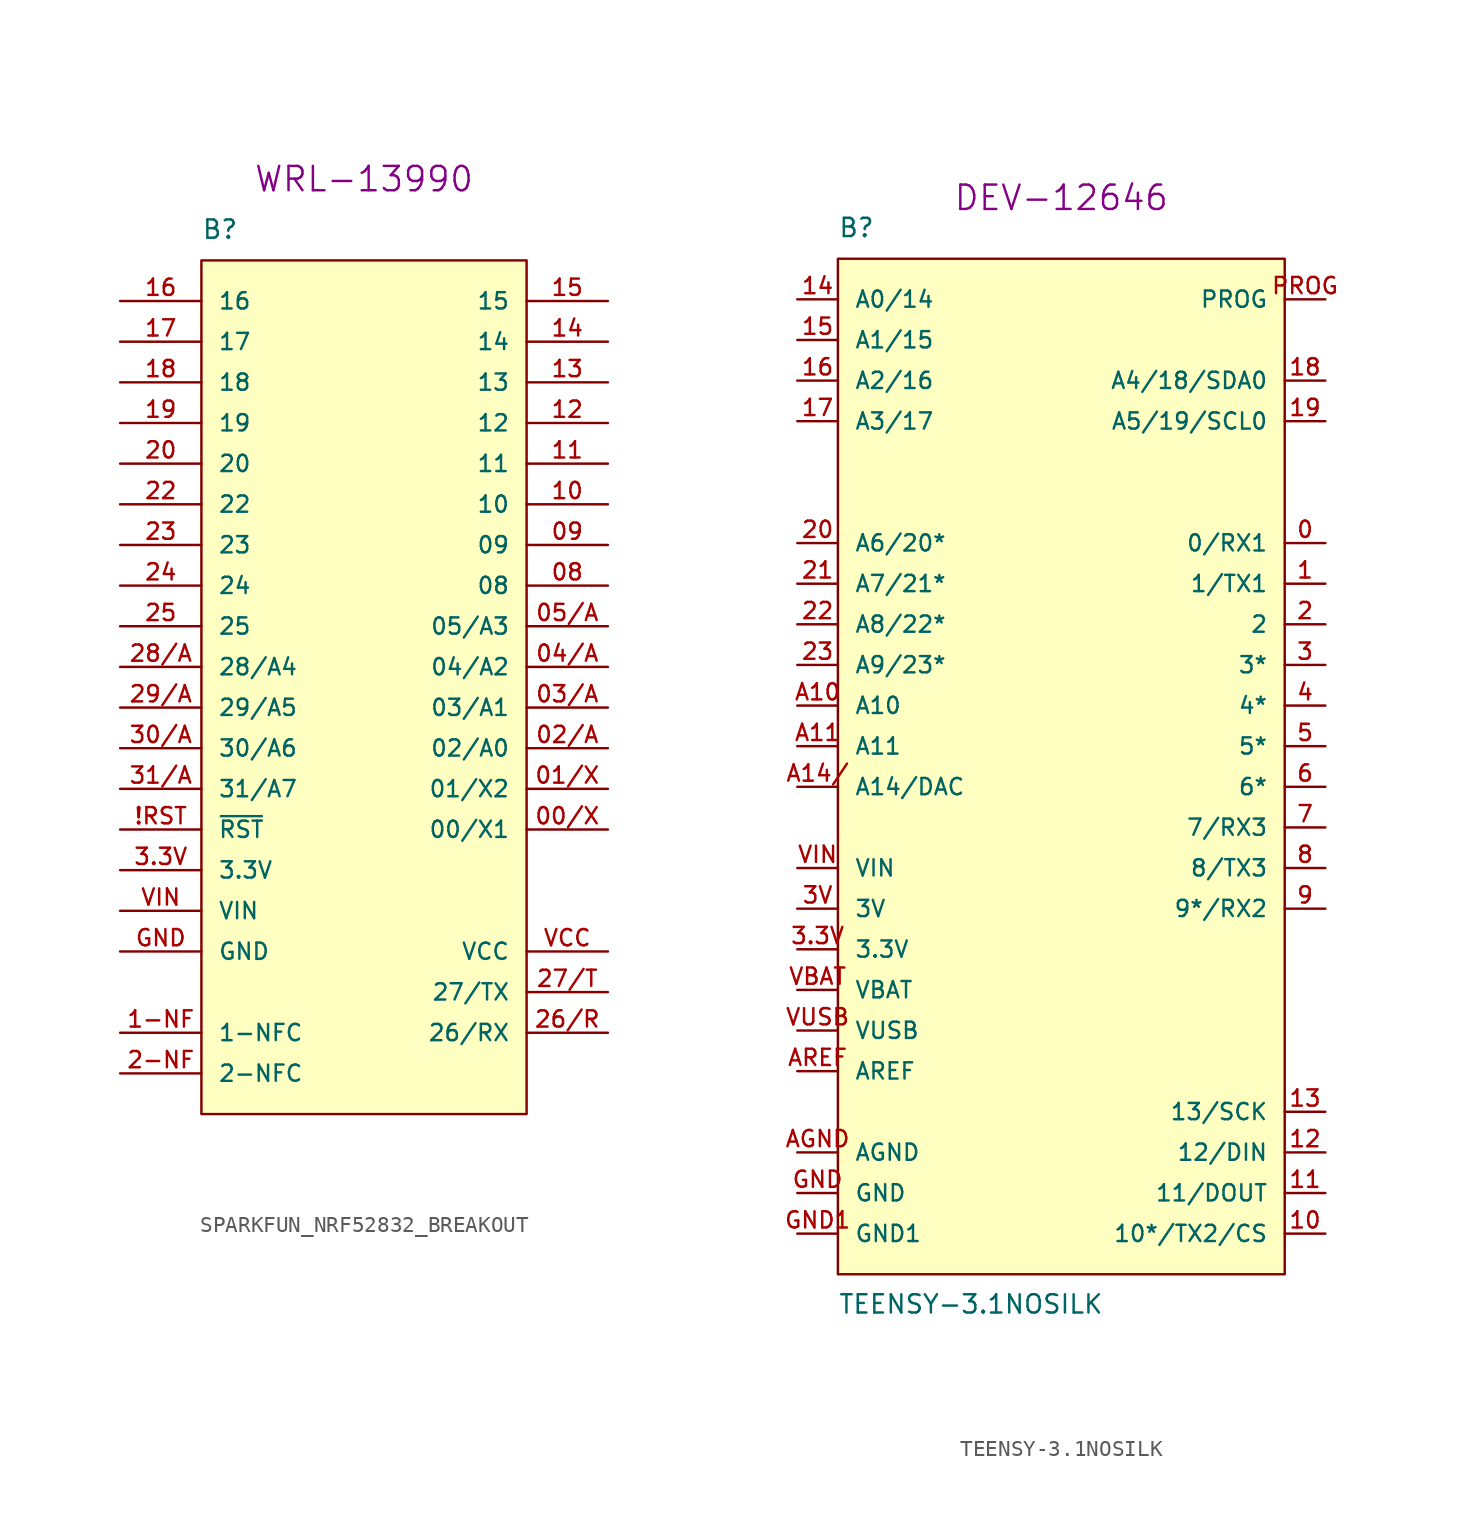
<source format=kicad_sym>
(kicad_symbol_lib
  (version 20211014)
  (generator kicad_symbol_editor)
  (symbol "SPARKFUN_NRF52832_BREAKOUT"
    (pin_names
      (offset 1.016))
    (property "Reference" "B"
      (at -10.16 29.21 0)
      (effects (font (size 1.143 1.143)) (justify left bottom)))
    (property "Field4" "WRL-13990"
      (at 0 33.02 0)
      (effects (font (size 1.524 1.524))))
    (property "ki_locked" ""
      (at 0 0 0)
      (effects (font (size 1.27 1.27))))
    (symbol "SPARKFUN_NRF52832_BREAKOUT_1_1"
      (polyline (pts (xy -10.16 27.94) (xy -10.16 -25.4) (xy 10.16 -25.4) (xy 10.16 27.94) (xy -10.16 27.94)) (stroke (width 0) (type default) (color 0 0 0 0)) (fill (type background)))
      (pin bidirectional line (at -15.24 -7.62 0) (length 5.08) (name "~{RST}" (effects (font (size 1.016 1.016)))) (number "!RST" (effects (font (size 1.016 1.016)))))
      (pin bidirectional line (at 15.24 -7.62 180) (length 5.08) (name "00/X1" (effects (font (size 1.016 1.016)))) (number "00/X" (effects (font (size 1.016 1.016)))))
      (pin bidirectional line (at 15.24 -5.08 180) (length 5.08) (name "01/X2" (effects (font (size 1.016 1.016)))) (number "01/X" (effects (font (size 1.016 1.016)))))
      (pin bidirectional line (at 15.24 -2.54 180) (length 5.08) (name "02/A0" (effects (font (size 1.016 1.016)))) (number "02/A" (effects (font (size 1.016 1.016)))))
      (pin bidirectional line (at 15.24 0 180) (length 5.08) (name "03/A1" (effects (font (size 1.016 1.016)))) (number "03/A" (effects (font (size 1.016 1.016)))))
      (pin bidirectional line (at 15.24 2.54 180) (length 5.08) (name "04/A2" (effects (font (size 1.016 1.016)))) (number "04/A" (effects (font (size 1.016 1.016)))))
      (pin bidirectional line (at 15.24 5.08 180) (length 5.08) (name "05/A3" (effects (font (size 1.016 1.016)))) (number "05/A" (effects (font (size 1.016 1.016)))))
      (pin bidirectional line (at 15.24 7.62 180) (length 5.08) (name "08" (effects (font (size 1.016 1.016)))) (number "08" (effects (font (size 1.016 1.016)))))
      (pin bidirectional line (at 15.24 10.16 180) (length 5.08) (name "09" (effects (font (size 1.016 1.016)))) (number "09" (effects (font (size 1.016 1.016)))))
      (pin bidirectional line (at -15.24 -20.32 0) (length 5.08) (name "1-NFC" (effects (font (size 1.016 1.016)))) (number "1-NF" (effects (font (size 1.016 1.016)))))
      (pin bidirectional line (at 15.24 12.7 180) (length 5.08) (name "10" (effects (font (size 1.016 1.016)))) (number "10" (effects (font (size 1.016 1.016)))))
      (pin bidirectional line (at 15.24 15.24 180) (length 5.08) (name "11" (effects (font (size 1.016 1.016)))) (number "11" (effects (font (size 1.016 1.016)))))
      (pin bidirectional line (at 15.24 17.78 180) (length 5.08) (name "12" (effects (font (size 1.016 1.016)))) (number "12" (effects (font (size 1.016 1.016)))))
      (pin bidirectional line (at 15.24 20.32 180) (length 5.08) (name "13" (effects (font (size 1.016 1.016)))) (number "13" (effects (font (size 1.016 1.016)))))
      (pin bidirectional line (at 15.24 22.86 180) (length 5.08) (name "14" (effects (font (size 1.016 1.016)))) (number "14" (effects (font (size 1.016 1.016)))))
      (pin bidirectional line (at 15.24 25.4 180) (length 5.08) (name "15" (effects (font (size 1.016 1.016)))) (number "15" (effects (font (size 1.016 1.016)))))
      (pin bidirectional line (at -15.24 25.4 0) (length 5.08) (name "16" (effects (font (size 1.016 1.016)))) (number "16" (effects (font (size 1.016 1.016)))))
      (pin bidirectional line (at -15.24 22.86 0) (length 5.08) (name "17" (effects (font (size 1.016 1.016)))) (number "17" (effects (font (size 1.016 1.016)))))
      (pin bidirectional line (at -15.24 20.32 0) (length 5.08) (name "18" (effects (font (size 1.016 1.016)))) (number "18" (effects (font (size 1.016 1.016)))))
      (pin bidirectional line (at -15.24 17.78 0) (length 5.08) (name "19" (effects (font (size 1.016 1.016)))) (number "19" (effects (font (size 1.016 1.016)))))
      (pin bidirectional line (at -15.24 -22.86 0) (length 5.08) (name "2-NFC" (effects (font (size 1.016 1.016)))) (number "2-NF" (effects (font (size 1.016 1.016)))))
      (pin bidirectional line (at -15.24 15.24 0) (length 5.08) (name "20" (effects (font (size 1.016 1.016)))) (number "20" (effects (font (size 1.016 1.016)))))
      (pin bidirectional line (at -15.24 12.7 0) (length 5.08) (name "22" (effects (font (size 1.016 1.016)))) (number "22" (effects (font (size 1.016 1.016)))))
      (pin bidirectional line (at -15.24 10.16 0) (length 5.08) (name "23" (effects (font (size 1.016 1.016)))) (number "23" (effects (font (size 1.016 1.016)))))
      (pin bidirectional line (at -15.24 7.62 0) (length 5.08) (name "24" (effects (font (size 1.016 1.016)))) (number "24" (effects (font (size 1.016 1.016)))))
      (pin bidirectional line (at -15.24 5.08 0) (length 5.08) (name "25" (effects (font (size 1.016 1.016)))) (number "25" (effects (font (size 1.016 1.016)))))
      (pin bidirectional line (at 15.24 -20.32 180) (length 5.08) (name "26/RX" (effects (font (size 1.016 1.016)))) (number "26/R" (effects (font (size 1.016 1.016)))))
      (pin bidirectional line (at 15.24 -17.78 180) (length 5.08) (name "27/TX" (effects (font (size 1.016 1.016)))) (number "27/T" (effects (font (size 1.016 1.016)))))
      (pin bidirectional line (at -15.24 2.54 0) (length 5.08) (name "28/A4" (effects (font (size 1.016 1.016)))) (number "28/A" (effects (font (size 1.016 1.016)))))
      (pin bidirectional line (at -15.24 0 0) (length 5.08) (name "29/A5" (effects (font (size 1.016 1.016)))) (number "29/A" (effects (font (size 1.016 1.016)))))
      (pin bidirectional line (at -15.24 -10.16 0) (length 5.08) (name "3.3V" (effects (font (size 1.016 1.016)))) (number "3.3V" (effects (font (size 1.016 1.016)))))
      (pin bidirectional line (at -15.24 -10.16 0) (length 5.08) hide (name "3.3V" (effects (font (size 1.016 1.016)))) (number "3.3V" (effects (font (size 1.016 1.016)))))
      (pin bidirectional line (at -15.24 -2.54 0) (length 5.08) (name "30/A6" (effects (font (size 1.016 1.016)))) (number "30/A" (effects (font (size 1.016 1.016)))))
      (pin bidirectional line (at -15.24 -5.08 0) (length 5.08) (name "31/A7" (effects (font (size 1.016 1.016)))) (number "31/A" (effects (font (size 1.016 1.016)))))
      (pin bidirectional line (at -15.24 -15.24 0) (length 5.08) (name "GND" (effects (font (size 1.016 1.016)))) (number "GND" (effects (font (size 1.016 1.016)))))
      (pin bidirectional line (at -15.24 -15.24 0) (length 5.08) hide (name "GND" (effects (font (size 1.016 1.016)))) (number "GND1" (effects (font (size 1.016 1.016)))))
      (pin bidirectional line (at -15.24 -15.24 0) (length 5.08) hide (name "GND" (effects (font (size 1.016 1.016)))) (number "GND2" (effects (font (size 1.016 1.016)))))
      (pin bidirectional line (at 15.24 -15.24 180) (length 5.08) (name "VCC" (effects (font (size 1.016 1.016)))) (number "VCC" (effects (font (size 1.016 1.016)))))
      (pin bidirectional line (at -15.24 -12.7 0) (length 5.08) (name "VIN" (effects (font (size 1.016 1.016)))) (number "VIN" (effects (font (size 1.016 1.016)))))
      (pin bidirectional line (at -15.24 -12.7 0) (length 5.08) hide (name "VIN" (effects (font (size 1.016 1.016)))) (number "VIN1" (effects (font (size 1.016 1.016)))))))
  (symbol "TEENSY-3.1NOSILK"
    (pin_names
      (offset 1.016))
    (property "Reference" "B"
      (at -13.97 31.75 0)
      (effects (font (size 1.143 1.143)) (justify left bottom)))
    (property "Value" "TEENSY-3.1NOSILK"
      (at -13.97 -35.56 0)
      (effects (font (size 1.143 1.143)) (justify left bottom)))
    (property "Field4" "DEV-12646"
      (at 0 34.29 0)
      (effects (font (size 1.524 1.524))))
    (property "ki_locked" ""
      (at 0 0 0)
      (effects (font (size 1.27 1.27))))
    (symbol "TEENSY-3.1NOSILK_1_1"
      (polyline (pts (xy -13.97 -33.02) (xy -13.97 30.48) (xy 13.97 30.48) (xy 13.97 -33.02) (xy -13.97 -33.02)) (stroke (width 0) (type default) (color 0 0 0 0)) (fill (type background)))
      (pin bidirectional line (at 16.51 12.7 180) (length 2.54) (name "0/RX1" (effects (font (size 1.016 1.016)))) (number "0" (effects (font (size 1.016 1.016)))))
      (pin bidirectional line (at 16.51 10.16 180) (length 2.54) (name "1/TX1" (effects (font (size 1.016 1.016)))) (number "1" (effects (font (size 1.016 1.016)))))
      (pin bidirectional line (at 16.51 -30.48 180) (length 2.54) (name "10*/TX2/CS" (effects (font (size 1.016 1.016)))) (number "10" (effects (font (size 1.016 1.016)))))
      (pin bidirectional line (at 16.51 -27.94 180) (length 2.54) (name "11/DOUT" (effects (font (size 1.016 1.016)))) (number "11" (effects (font (size 1.016 1.016)))))
      (pin bidirectional line (at 16.51 -25.4 180) (length 2.54) (name "12/DIN" (effects (font (size 1.016 1.016)))) (number "12" (effects (font (size 1.016 1.016)))))
      (pin bidirectional line (at 16.51 -22.86 180) (length 2.54) (name "13/SCK" (effects (font (size 1.016 1.016)))) (number "13" (effects (font (size 1.016 1.016)))))
      (pin bidirectional line (at -16.51 27.94 0) (length 2.54) (name "A0/14" (effects (font (size 1.016 1.016)))) (number "14" (effects (font (size 1.016 1.016)))))
      (pin bidirectional line (at -16.51 25.4 0) (length 2.54) (name "A1/15" (effects (font (size 1.016 1.016)))) (number "15" (effects (font (size 1.016 1.016)))))
      (pin bidirectional line (at -16.51 22.86 0) (length 2.54) (name "A2/16" (effects (font (size 1.016 1.016)))) (number "16" (effects (font (size 1.016 1.016)))))
      (pin bidirectional line (at -16.51 20.32 0) (length 2.54) (name "A3/17" (effects (font (size 1.016 1.016)))) (number "17" (effects (font (size 1.016 1.016)))))
      (pin bidirectional line (at 16.51 22.86 180) (length 2.54) (name "A4/18/SDA0" (effects (font (size 1.016 1.016)))) (number "18" (effects (font (size 1.016 1.016)))))
      (pin bidirectional line (at 16.51 20.32 180) (length 2.54) (name "A5/19/SCL0" (effects (font (size 1.016 1.016)))) (number "19" (effects (font (size 1.016 1.016)))))
      (pin bidirectional line (at 16.51 7.62 180) (length 2.54) (name "2" (effects (font (size 1.016 1.016)))) (number "2" (effects (font (size 1.016 1.016)))))
      (pin bidirectional line (at -16.51 12.7 0) (length 2.54) (name "A6/20*" (effects (font (size 1.016 1.016)))) (number "20" (effects (font (size 1.016 1.016)))))
      (pin bidirectional line (at -16.51 10.16 0) (length 2.54) (name "A7/21*" (effects (font (size 1.016 1.016)))) (number "21" (effects (font (size 1.016 1.016)))))
      (pin bidirectional line (at -16.51 7.62 0) (length 2.54) (name "A8/22*" (effects (font (size 1.016 1.016)))) (number "22" (effects (font (size 1.016 1.016)))))
      (pin bidirectional line (at -16.51 5.08 0) (length 2.54) (name "A9/23*" (effects (font (size 1.016 1.016)))) (number "23" (effects (font (size 1.016 1.016)))))
      (pin bidirectional line (at 16.51 5.08 180) (length 2.54) (name "3*" (effects (font (size 1.016 1.016)))) (number "3" (effects (font (size 1.016 1.016)))))
      (pin power_in line (at -16.51 -12.7 0) (length 2.54) (name "3.3V" (effects (font (size 1.016 1.016)))) (number "3.3V" (effects (font (size 1.016 1.016)))))
      (pin power_in line (at -16.51 -10.16 0) (length 2.54) (name "3V" (effects (font (size 1.016 1.016)))) (number "3V" (effects (font (size 1.016 1.016)))))
      (pin bidirectional line (at 16.51 2.54 180) (length 2.54) (name "4*" (effects (font (size 1.016 1.016)))) (number "4" (effects (font (size 1.016 1.016)))))
      (pin bidirectional line (at 16.51 0 180) (length 2.54) (name "5*" (effects (font (size 1.016 1.016)))) (number "5" (effects (font (size 1.016 1.016)))))
      (pin bidirectional line (at 16.51 -2.54 180) (length 2.54) (name "6*" (effects (font (size 1.016 1.016)))) (number "6" (effects (font (size 1.016 1.016)))))
      (pin bidirectional line (at 16.51 -5.08 180) (length 2.54) (name "7/RX3" (effects (font (size 1.016 1.016)))) (number "7" (effects (font (size 1.016 1.016)))))
      (pin bidirectional line (at 16.51 -7.62 180) (length 2.54) (name "8/TX3" (effects (font (size 1.016 1.016)))) (number "8" (effects (font (size 1.016 1.016)))))
      (pin bidirectional line (at 16.51 -10.16 180) (length 2.54) (name "9*/RX2" (effects (font (size 1.016 1.016)))) (number "9" (effects (font (size 1.016 1.016)))))
      (pin bidirectional line (at -16.51 2.54 0) (length 2.54) (name "A10" (effects (font (size 1.016 1.016)))) (number "A10" (effects (font (size 1.016 1.016)))))
      (pin bidirectional line (at -16.51 0 0) (length 2.54) (name "A11" (effects (font (size 1.016 1.016)))) (number "A11" (effects (font (size 1.016 1.016)))))
      (pin bidirectional line (at -16.51 -2.54 0) (length 2.54) (name "A14/DAC" (effects (font (size 1.016 1.016)))) (number "A14/" (effects (font (size 1.016 1.016)))))
      (pin power_in line (at -16.51 -25.4 0) (length 2.54) (name "AGND" (effects (font (size 1.016 1.016)))) (number "AGND" (effects (font (size 1.016 1.016)))))
      (pin bidirectional line (at -16.51 -20.32 0) (length 2.54) (name "AREF" (effects (font (size 1.016 1.016)))) (number "AREF" (effects (font (size 1.016 1.016)))))
      (pin power_in line (at -16.51 -27.94 0) (length 2.54) (name "GND" (effects (font (size 1.016 1.016)))) (number "GND" (effects (font (size 1.016 1.016)))))
      (pin power_in line (at -16.51 -30.48 0) (length 2.54) (name "GND1" (effects (font (size 1.016 1.016)))) (number "GND1" (effects (font (size 1.016 1.016)))))
      (pin bidirectional line (at 16.51 27.94 180) (length 2.54) (name "PROG" (effects (font (size 1.016 1.016)))) (number "PROG" (effects (font (size 1.016 1.016)))))
      (pin power_in line (at -16.51 -15.24 0) (length 2.54) (name "VBAT" (effects (font (size 1.016 1.016)))) (number "VBAT" (effects (font (size 1.016 1.016)))))
      (pin power_in line (at -16.51 -7.62 0) (length 2.54) (name "VIN" (effects (font (size 1.016 1.016)))) (number "VIN" (effects (font (size 1.016 1.016)))))
      (pin power_in line (at -16.51 -17.78 0) (length 2.54) (name "VUSB" (effects (font (size 1.016 1.016)))) (number "VUSB" (effects (font (size 1.016 1.016))))))))
</source>
